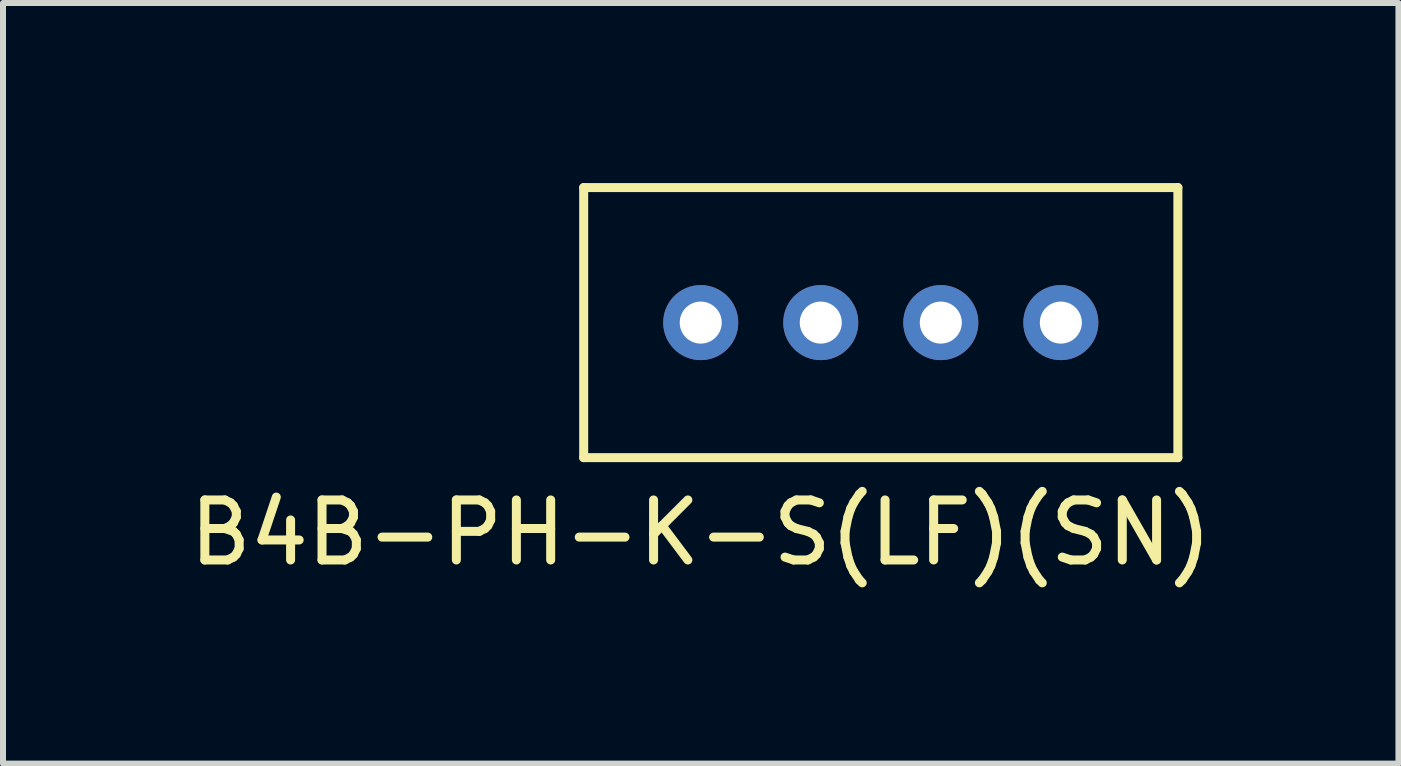
<source format=kicad_pcb>
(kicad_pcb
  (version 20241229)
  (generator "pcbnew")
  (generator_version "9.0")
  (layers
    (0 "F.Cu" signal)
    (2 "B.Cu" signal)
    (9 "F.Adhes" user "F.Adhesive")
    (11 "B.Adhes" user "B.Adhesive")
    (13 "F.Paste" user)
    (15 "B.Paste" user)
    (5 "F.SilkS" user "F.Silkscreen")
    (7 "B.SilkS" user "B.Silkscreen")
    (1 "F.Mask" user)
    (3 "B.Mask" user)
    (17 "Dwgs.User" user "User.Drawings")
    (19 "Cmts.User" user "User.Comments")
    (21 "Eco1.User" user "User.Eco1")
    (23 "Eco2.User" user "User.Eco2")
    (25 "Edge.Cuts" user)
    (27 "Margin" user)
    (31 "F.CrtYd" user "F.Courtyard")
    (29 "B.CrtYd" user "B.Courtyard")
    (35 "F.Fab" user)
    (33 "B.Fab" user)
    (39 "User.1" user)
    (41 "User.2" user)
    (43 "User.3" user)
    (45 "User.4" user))
  (footprint "B4B-PH-K-S(LF)(SN)"
    (layer "F.Cu")
    (at 8.625 2.325)
    (property "Reference" "B4B-PH-K-S(LF)(SN)" (at 0 3.5 0) (layer "F.SilkS") (effects (font (size 1 1) (thickness 0.15))))
    (attr through_hole)
    (fp_line (start -1.95 -2.25) (end 7.95 -2.25) (stroke (width 0.15) (type solid)) (layer "F.SilkS"))
    (fp_line (start -1.95 2.25) (end -1.95 -2.25) (stroke (width 0.15) (type solid)) (layer "F.SilkS"))
    (fp_line (start -1.95 2.25) (end 7.95 2.25) (stroke (width 0.15) (type solid)) (layer "F.SilkS"))
    (fp_line (start 7.95 -2.25) (end 7.95 2.25) (stroke (width 0.15) (type solid)) (layer "F.SilkS"))
    (pad "1" thru_hole circle (at 0 0) (size 1.25 1.25) (drill 0.7) (layers "*.Cu" "*.Mask"))
    (pad "2" thru_hole circle (at 2 0) (size 1.25 1.25) (drill 0.7) (layers "*.Cu" "*.Mask"))
    (pad "3" thru_hole circle (at 4 0) (size 1.25 1.25) (drill 0.7) (layers "*.Cu" "*.Mask"))
    (pad "4" thru_hole circle (at 6 0) (size 1.25 1.25) (drill 0.7) (layers "*.Cu" "*.Mask")))
  (gr_rect
    (start -3 -3)
    (end 20.25 9.673)
    (stroke (width 0.1) (type default))
    (fill no)
    (layer "Edge.Cuts")))
</source>
